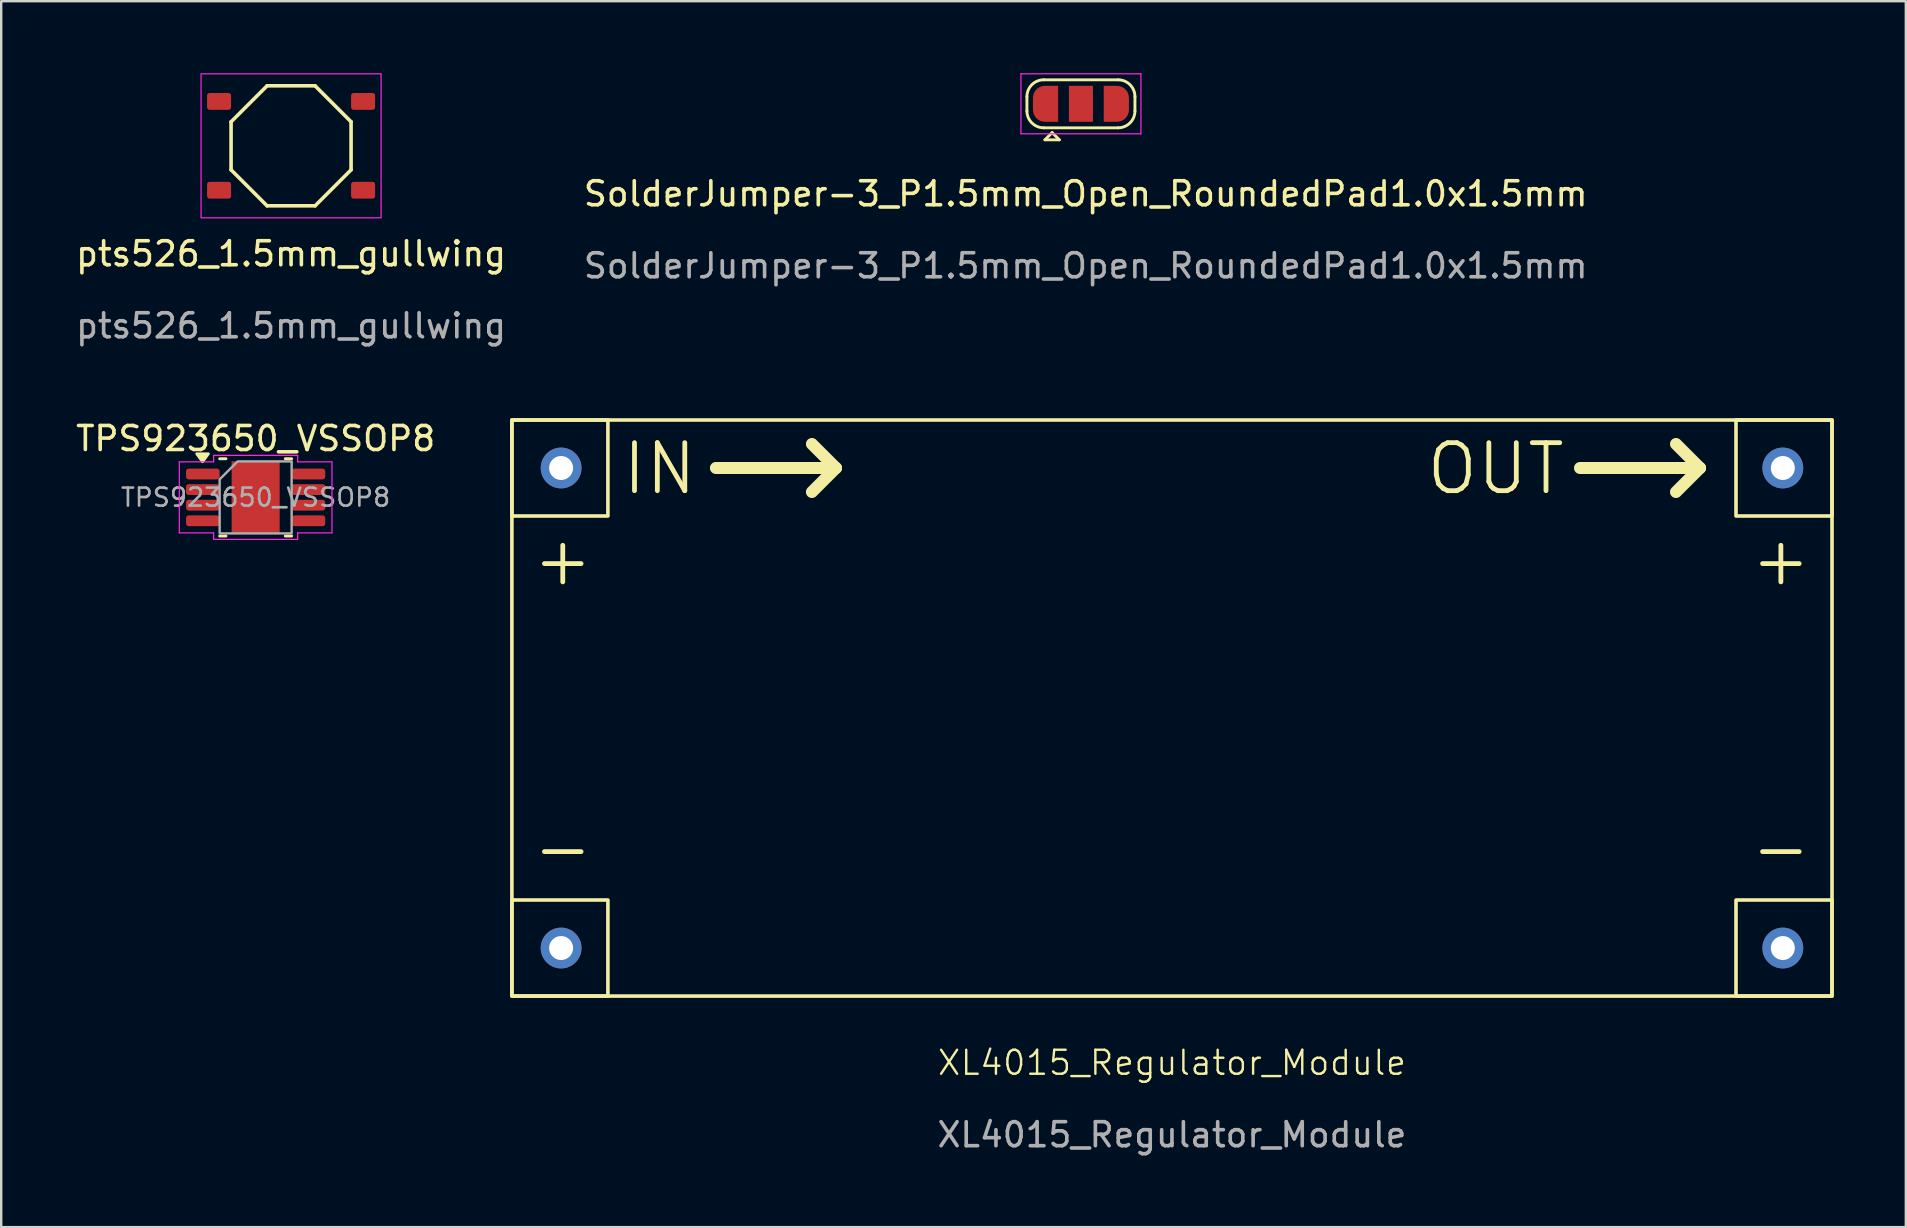
<source format=kicad_pcb>
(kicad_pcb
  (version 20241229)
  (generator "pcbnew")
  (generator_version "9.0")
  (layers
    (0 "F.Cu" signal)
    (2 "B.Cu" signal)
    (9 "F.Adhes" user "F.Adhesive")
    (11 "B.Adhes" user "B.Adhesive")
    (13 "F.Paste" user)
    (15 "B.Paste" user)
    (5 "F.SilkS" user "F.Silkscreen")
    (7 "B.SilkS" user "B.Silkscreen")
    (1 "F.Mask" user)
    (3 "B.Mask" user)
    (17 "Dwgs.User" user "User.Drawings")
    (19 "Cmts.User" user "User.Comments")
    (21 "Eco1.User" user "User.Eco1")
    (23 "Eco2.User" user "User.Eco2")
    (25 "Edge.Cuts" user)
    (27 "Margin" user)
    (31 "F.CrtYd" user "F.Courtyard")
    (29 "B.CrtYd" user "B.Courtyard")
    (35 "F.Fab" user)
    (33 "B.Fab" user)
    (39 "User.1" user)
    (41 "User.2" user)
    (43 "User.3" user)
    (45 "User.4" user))
  (footprint "SolderJumper-3_P1.5mm_Open_RoundedPad1.0x1.5mm"
    (layer "F.Cu")
    (at 42.185 1.525)
    (property "Reference" "SolderJumper-3_P1.5mm_Open_RoundedPad1.0x1.5mm" (at 0 3.5 0) (unlocked yes) (layer "F.SilkS") (effects (font (size 1 1) (thickness 0.15))))
    (attr smd)
    (fp_rect (start -1.15 -1) (end 0.75 0.5) (stroke (width 0) (type solid)) (fill yes) (layer "F.Mask"))
    (fp_line (start -2.45 0.05) (end -2.45 -0.55) (stroke (width 0.12) (type solid)) (layer "F.SilkS"))
    (fp_line (start -1.75 -1.25) (end 1.35 -1.25) (stroke (width 0.12) (type solid)) (layer "F.SilkS"))
    (fp_line (start -1.7 1.25) (end -1.1 1.25) (stroke (width 0.12) (type solid)) (layer "F.SilkS"))
    (fp_line (start -1.4 0.95) (end -1.7 1.25) (stroke (width 0.12) (type solid)) (layer "F.SilkS"))
    (fp_line (start -1.4 0.95) (end -1.1 1.25) (stroke (width 0.12) (type solid)) (layer "F.SilkS"))
    (fp_line (start 1.35 0.75) (end -1.75 0.75) (stroke (width 0.12) (type solid)) (layer "F.SilkS"))
    (fp_line (start 2.05 -0.55) (end 2.05 0.05) (stroke (width 0.12) (type solid)) (layer "F.SilkS"))
    (fp_arc (start -2.45 -0.55) (mid -2.244975 -1.044975) (end -1.75 -1.25) (stroke (width 0.12) (type solid)) (layer "F.SilkS"))
    (fp_arc (start -1.75 0.75) (mid -2.244975 0.544975) (end -2.45 0.05) (stroke (width 0.12) (type solid)) (layer "F.SilkS"))
    (fp_arc (start 1.35 -1.25) (mid 1.844975 -1.044975) (end 2.05 -0.55) (stroke (width 0.12) (type solid)) (layer "F.SilkS"))
    (fp_arc (start 2.05 0.05) (mid 1.844975 0.544975) (end 1.35 0.75) (stroke (width 0.12) (type solid)) (layer "F.SilkS"))
    (fp_line (start -2.7 -1.5) (end -2.7 1) (stroke (width 0.05) (type solid)) (layer "F.CrtYd"))
    (fp_line (start -2.7 -1.5) (end 2.3 -1.5) (stroke (width 0.05) (type solid)) (layer "F.CrtYd"))
    (fp_line (start 2.3 1) (end -2.7 1) (stroke (width 0.05) (type solid)) (layer "F.CrtYd"))
    (fp_line (start 2.3 1) (end 2.3 -1.5) (stroke (width 0.05) (type solid)) (layer "F.CrtYd"))
    (fp_text user "${REFERENCE}" (at 0 6.5 0) (unlocked yes) (layer "F.Fab") (effects (font (size 1 1) (thickness 0.15))))
    (pad "1" smd custom (at -1.7 -0.25) (size 1 0.5) (layers "F.Cu" "F.Mask") (options (anchor rect)) (primitives (gr_circle (center 0 0.25) (end 0.5 0.25) (width 0) (fill yes)) (gr_circle (center 0 -0.25) (end 0.5 -0.25) (width 0) (fill yes)) (gr_poly (pts (xy 0.55 0.75) (xy 0 0.75) (xy 0 -0.75) (xy 0.55 -0.75)) (width 0) (fill yes))))
    (pad "2" smd rect (at -0.2 -0.25) (size 1 1.5) (layers "F.Cu" "F.Mask"))
    (pad "3" smd custom (at 1.3 -0.25) (size 1 0.5) (layers "F.Cu" "F.Mask") (options (anchor rect)) (primitives (gr_circle (center 0 0.25) (end 0.5 0.25) (width 0) (fill yes)) (gr_circle (center 0 -0.25) (end 0.5 -0.25) (width 0) (fill yes)) (gr_poly (pts (xy 0 0.75) (xy -0.55 0.75) (xy -0.55 -0.75) (xy 0 -0.75)) (width 0) (fill yes)))))
  (footprint "TPS923650_VSSOP8"
    (layer "F.Cu")
    (at 7.601 17.672)
    (property "Reference" "TPS923650_VSSOP8" (at 0 -2.45 0) (layer "F.SilkS") (effects (font (size 1 1) (thickness 0.15))))
    (attr smd)
    (fp_line (start -1.236 -1.61) (end -1.5 -1.61) (stroke (width 0.12) (type solid)) (layer "F.SilkS"))
    (fp_line (start -1.236 1.61) (end -1.5 1.61) (stroke (width 0.12) (type solid)) (layer "F.SilkS"))
    (fp_line (start 1.236 -1.61) (end 1.5 -1.61) (stroke (width 0.12) (type solid)) (layer "F.SilkS"))
    (fp_line (start 1.236 1.61) (end 1.5 1.61) (stroke (width 0.12) (type solid)) (layer "F.SilkS"))
    (fp_poly (pts (xy -2.212 -1.485) (xy -2.453 -1.815) (xy -1.972 -1.815)) (stroke (width 0.12) (type solid)) (fill yes) (layer "F.SilkS"))
    (fp_line (start -3.18 -1.48) (end -1.75 -1.48) (stroke (width 0.05) (type solid)) (layer "F.CrtYd"))
    (fp_line (start -3.18 1.48) (end -3.18 -1.48) (stroke (width 0.05) (type solid)) (layer "F.CrtYd"))
    (fp_line (start -1.75 -1.75) (end 1.75 -1.75) (stroke (width 0.05) (type solid)) (layer "F.CrtYd"))
    (fp_line (start -1.75 -1.48) (end -1.75 -1.75) (stroke (width 0.05) (type solid)) (layer "F.CrtYd"))
    (fp_line (start -1.75 1.48) (end -3.18 1.48) (stroke (width 0.05) (type solid)) (layer "F.CrtYd"))
    (fp_line (start -1.75 1.75) (end -1.75 1.48) (stroke (width 0.05) (type solid)) (layer "F.CrtYd"))
    (fp_line (start 1.75 -1.75) (end 1.75 -1.48) (stroke (width 0.05) (type solid)) (layer "F.CrtYd"))
    (fp_line (start 1.75 -1.48) (end 3.18 -1.48) (stroke (width 0.05) (type solid)) (layer "F.CrtYd"))
    (fp_line (start 1.75 1.48) (end 1.75 1.75) (stroke (width 0.05) (type solid)) (layer "F.CrtYd"))
    (fp_line (start 1.75 1.75) (end -1.75 1.75) (stroke (width 0.05) (type solid)) (layer "F.CrtYd"))
    (fp_line (start 3.18 -1.48) (end 3.18 1.48) (stroke (width 0.05) (type solid)) (layer "F.CrtYd"))
    (fp_line (start 3.18 1.48) (end 1.75 1.48) (stroke (width 0.05) (type solid)) (layer "F.CrtYd"))
    (fp_poly (pts (xy -1.5 -0.75) (xy -1.5 1.5) (xy 1.5 1.5) (xy 1.5 -1.5) (xy -0.75 -1.5)) (stroke (width 0.1) (type solid)) (fill no) (layer "F.Fab"))
    (fp_text user "${REFERENCE}" (at 0 0 0) (layer "F.Fab") (effects (font (size 0.75 0.75) (thickness 0.11))))
    (pad "" smd roundrect (at 0 0) (size 1.52 1.6) (layers "F.Paste") (roundrect_rratio 0.164))
    (pad "" smd rect (at 0 0) (size 1.88 1.98) (layers "F.Mask"))
    (pad "1" smd roundrect (at -2.2 -0.975) (size 1.4 0.45) (layers "F.Cu" "F.Mask" "F.Paste") (roundrect_rratio 0.25))
    (pad "2" smd roundrect (at -2.2 -0.325) (size 1.4 0.45) (layers "F.Cu" "F.Mask" "F.Paste") (roundrect_rratio 0.25))
    (pad "3" smd roundrect (at -2.2 0.325) (size 1.4 0.45) (layers "F.Cu" "F.Mask" "F.Paste") (roundrect_rratio 0.25))
    (pad "4" smd roundrect (at -2.2 0.975) (size 1.4 0.45) (layers "F.Cu" "F.Mask" "F.Paste") (roundrect_rratio 0.25))
    (pad "5" smd roundrect (at 2.2 0.975) (size 1.4 0.45) (layers "F.Cu" "F.Mask" "F.Paste") (roundrect_rratio 0.25))
    (pad "6" smd roundrect (at 2.2 0.325) (size 1.4 0.45) (layers "F.Cu" "F.Mask" "F.Paste") (roundrect_rratio 0.25))
    (pad "7" smd roundrect (at 2.2 -0.325) (size 1.4 0.45) (layers "F.Cu" "F.Mask" "F.Paste") (roundrect_rratio 0.25))
    (pad "8" smd roundrect (at 2.2 -0.975) (size 1.4 0.45) (layers "F.Cu" "F.Mask" "F.Paste") (roundrect_rratio 0.25))
    (pad "9" smd rect (at 0 0) (size 2 3) (property pad_prop_heatsink) (layers "F.Cu")))
  (footprint "pts526_1.5mm_gullwing"
    (layer "F.Cu")
    (at 9.077 3.025)
    (property "Reference" "pts526_1.5mm_gullwing" (at 0 4.5 0) (unlocked yes) (layer "F.SilkS") (effects (font (size 1 1) (thickness 0.15))))
    (attr smd)
    (fp_line (start -2.5 -1) (end -1 -2.5) (stroke (width 0.15) (type solid)) (layer "F.SilkS"))
    (fp_line (start -2.5 1) (end -2.5 -1) (stroke (width 0.15) (type solid)) (layer "F.SilkS"))
    (fp_line (start -2.5 1) (end -1 2.5) (stroke (width 0.15) (type solid)) (layer "F.SilkS"))
    (fp_line (start -1 2.5) (end 1 2.5) (stroke (width 0.15) (type solid)) (layer "F.SilkS"))
    (fp_line (start 1 -2.5) (end -1 -2.5) (stroke (width 0.15) (type solid)) (layer "F.SilkS"))
    (fp_line (start 1 2.5) (end 2.5 1) (stroke (width 0.15) (type solid)) (layer "F.SilkS"))
    (fp_line (start 2.5 -1) (end 1 -2.5) (stroke (width 0.15) (type solid)) (layer "F.SilkS"))
    (fp_line (start 2.5 1) (end 2.5 -1) (stroke (width 0.15) (type solid)) (layer "F.SilkS"))
    (fp_rect (start -3.75 -3) (end 3.75 3) (stroke (width 0.05) (type solid)) (fill no) (layer "F.CrtYd"))
    (fp_text user "${REFERENCE}" (at 0 7.5 0) (unlocked yes) (layer "F.Fab") (effects (font (size 1 1) (thickness 0.15))))
    (pad "1" smd roundrect (at -3 -1.85) (size 1 0.7) (layers "F.Cu" "F.Mask" "F.Paste") (roundrect_rratio 0.15))
    (pad "1" smd roundrect (at 3 -1.85) (size 1 0.7) (layers "F.Cu" "F.Mask" "F.Paste") (roundrect_rratio 0.15))
    (pad "2" smd roundrect (at -3 1.85) (size 1 0.7) (layers "F.Cu" "F.Mask" "F.Paste") (roundrect_rratio 0.15))
    (pad "2" smd roundrect (at 3 1.85) (size 1 0.7) (layers "F.Cu" "F.Mask" "F.Paste") (roundrect_rratio 0.15)))
  (footprint "XL4015_Regulator_Module"
    (layer "F.Cu")
    (at 45.777 26.448)
    (property "Reference" "XL4015_Regulator_Module" (at 0 14.78 0) (unlocked yes) (layer "F.SilkS") (effects (font (size 1 1) (thickness 0.1))))
    (attr smd)
    (fp_line (start -19 -10) (end -14 -10) (stroke (width 0.5) (type solid)) (layer "F.SilkS"))
    (fp_line (start -14 -10) (end -15 -11) (stroke (width 0.5) (type solid)) (layer "F.SilkS"))
    (fp_line (start -14 -10) (end -15 -9) (stroke (width 0.5) (type solid)) (layer "F.SilkS"))
    (fp_line (start 17 -10) (end 22 -10) (stroke (width 0.5) (type solid)) (layer "F.SilkS"))
    (fp_line (start 22 -10) (end 21 -11) (stroke (width 0.5) (type solid)) (layer "F.SilkS"))
    (fp_line (start 22 -10) (end 21 -9) (stroke (width 0.5) (type solid)) (layer "F.SilkS"))
    (fp_rect (start -27.5 -12) (end -23.5 -8) (stroke (width 0.15) (type solid)) (fill no) (layer "F.SilkS"))
    (fp_rect (start -27.5 -12) (end 27.5 12) (stroke (width 0.15) (type solid)) (fill no) (layer "F.SilkS"))
    (fp_rect (start -27.5 8) (end -23.5 12) (stroke (width 0.15) (type solid)) (fill no) (layer "F.SilkS"))
    (fp_rect (start 23.5 -12) (end 27.5 -8) (stroke (width 0.15) (type solid)) (fill no) (layer "F.SilkS"))
    (fp_rect (start 23.5 8) (end 27.5 12) (stroke (width 0.15) (type solid)) (fill no) (layer "F.SilkS"))
    (fp_text user "+" (at 24 -5 0) (unlocked yes) (layer "F.SilkS") (effects (font (size 2 2) (thickness 0.2)) (justify left bottom)))
    (fp_text user "-" (at -26.75 7 0) (unlocked yes) (layer "F.SilkS") (effects (font (size 2 2) (thickness 0.2)) (justify left bottom)))
    (fp_text user "+" (at -26.75 -5 0) (unlocked yes) (layer "F.SilkS") (effects (font (size 2 2) (thickness 0.2)) (justify left bottom)))
    (fp_text user "OUT" (at 10.5 -8.8 0) (unlocked yes) (layer "F.SilkS") (effects (font (size 2 2) (thickness 0.2)) (justify left bottom)))
    (fp_text user "IN" (at -23 -8.8 0) (unlocked yes) (layer "F.SilkS") (effects (font (size 2 2) (thickness 0.2)) (justify left bottom)))
    (fp_text user "-" (at 24 7 0) (unlocked yes) (layer "F.SilkS") (effects (font (size 2 2) (thickness 0.2)) (justify left bottom)))
    (fp_text user "${REFERENCE}" (at 0 17.78 0) (unlocked yes) (layer "F.Fab") (effects (font (size 1 1) (thickness 0.15))))
    (pad "1" thru_hole circle (at -25.45 -10) (size 1.7 1.7) (drill 1) (layers "*.Cu" "*.Mask"))
    (pad "2" thru_hole circle (at -25.45 10) (size 1.7 1.7) (drill 1) (layers "*.Cu" "*.Mask"))
    (pad "3" thru_hole circle (at 25.45 -10) (size 1.7 1.7) (drill 1) (layers "*.Cu" "*.Mask"))
    (pad "4" thru_hole circle (at 25.45 10) (size 1.7 1.7) (drill 1) (layers "*.Cu" "*.Mask")))
  (gr_rect
    (start -3 -3)
    (end 76.352 48.077)
    (stroke (width 0.1) (type default))
    (fill no)
    (layer "Edge.Cuts")))
</source>
